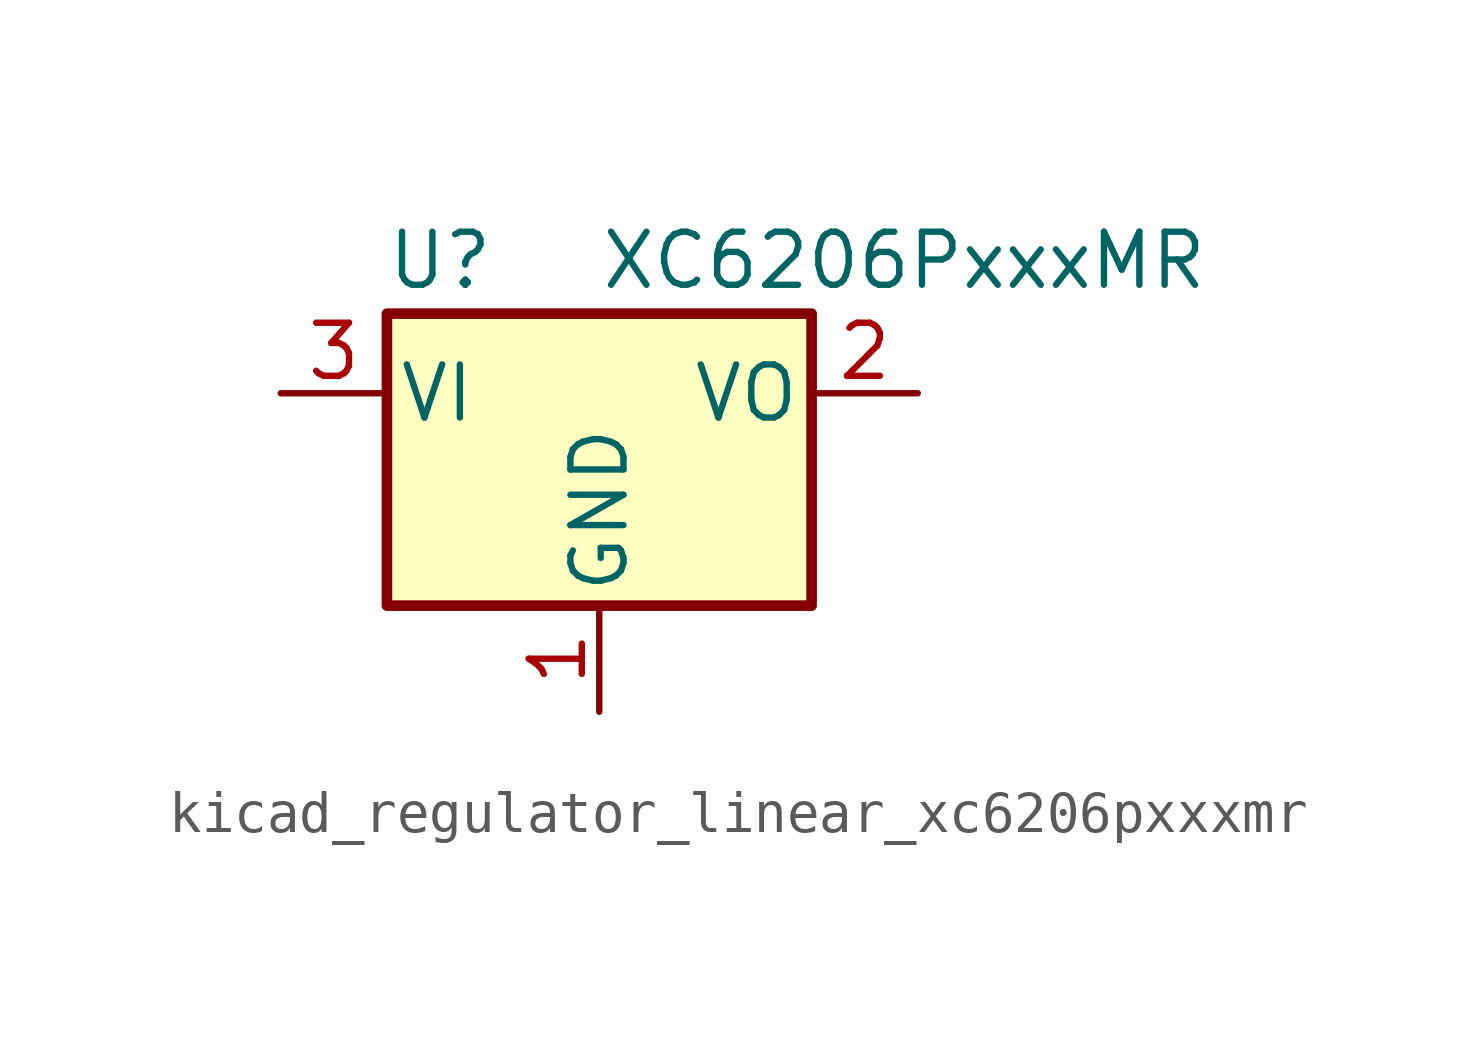
<source format=kicad_sym>
(kicad_symbol_lib
  (version 20220914)
  (generator kicad_symbol_editor)
  (symbol "kicad_regulator_linear_xc6206pxxxmr"
    (pin_names
      (offset 0.254))
    (property "Reference" "U"
      (at -3.81 3.175 0)
      (effects (font (size 1.27 1.27))))
    (property "Value" "XC6206PxxxMR"
      (at 0 3.175 0)
      (effects (font (size 1.27 1.27)) (justify left)))
    (symbol "kicad_regulator_linear_xc6206pxxxmr_0_1"
      (rectangle (start -5.08 1.905) (end 5.08 -5.08) (stroke (width 0.254) (type default)) (fill (type background))))
    (symbol "kicad_regulator_linear_xc6206pxxxmr_1_1"
      (pin power_in line (at 0 -7.62 90) (length 2.54) (name "GND" (effects (font (size 1.27 1.27)))) (number "1" (effects (font (size 1.27 1.27)))))
      (pin power_out line (at 7.62 0 180) (length 2.54) (name "VO" (effects (font (size 1.27 1.27)))) (number "2" (effects (font (size 1.27 1.27)))))
      (pin power_in line (at -7.62 0 0) (length 2.54) (name "VI" (effects (font (size 1.27 1.27)))) (number "3" (effects (font (size 1.27 1.27))))))))
</source>
